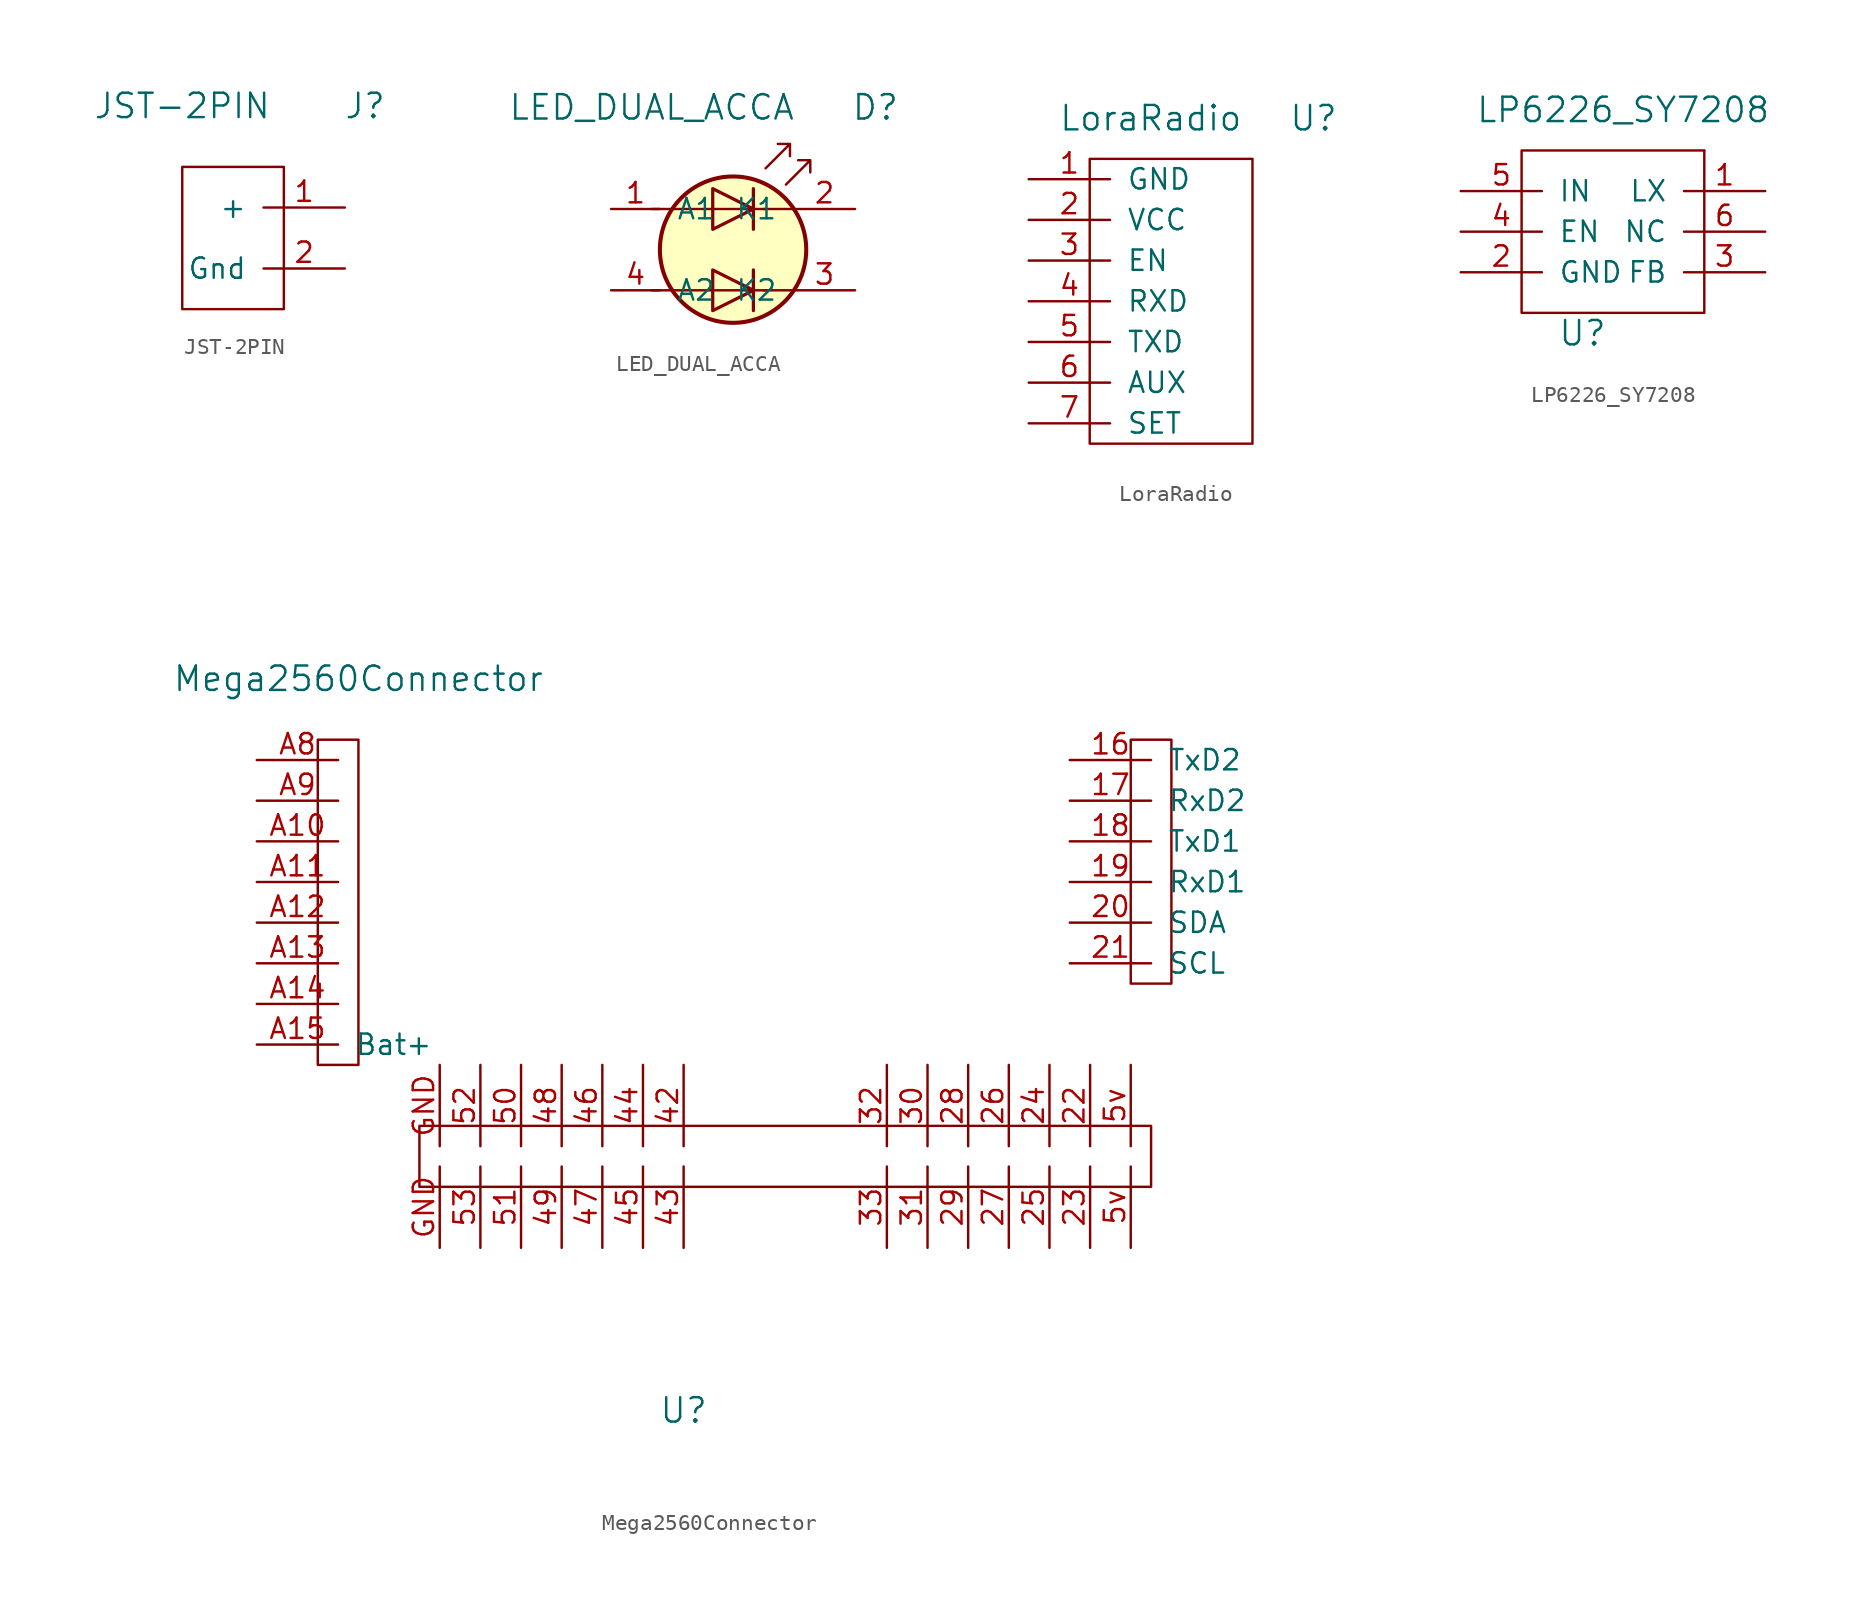
<source format=kicad_sym>
(kicad_symbol_lib
  (version 20211014)
  (generator kicad_symbol_editor)
  (symbol "JST-2PIN"
    (pin_names
      (offset 1.016))
    (property "Reference" "J"
      (at 7.62 8.89 0)
      (effects (font (size 1.524 1.524))))
    (property "Value" "JST-2PIN"
      (at -3.81 8.89 0)
      (effects (font (size 1.524 1.524))))
    (property "Footprint" ""
      (at 0.635 0 0)
      (effects (font (size 1.524 1.524))))
    (property "Datasheet" ""
      (at 0.635 0 0)
      (effects (font (size 1.524 1.524))))
    (symbol "JST-2PIN_0_1"
      (rectangle (start 2.54 -3.81) (end -3.81 5.08) (stroke (width 0) (type default) (color 0 0 0 0)) (fill (type none))))
    (symbol "JST-2PIN_1_1"
      (pin power_out line (at 6.35 2.54 180) (length 5.08) (name "+" (effects (font (size 1.27 1.27)))) (number "1" (effects (font (size 1.27 1.27)))))
      (pin power_out line (at 6.35 -1.27 180) (length 5.08) (name "Gnd" (effects (font (size 1.27 1.27)))) (number "2" (effects (font (size 1.27 1.27)))))))
  (symbol "LED_DUAL_ACCA"
    (pin_names
      (offset 1.016))
    (property "Reference" "D"
      (at 8.89 8.89 0)
      (effects (font (size 1.524 1.524))))
    (property "Value" "LED_DUAL_ACCA"
      (at -5.08 8.89 0)
      (effects (font (size 1.524 1.524))))
    (symbol "LED_DUAL_ACCA_1_1"
      (polyline (pts (xy -5.08 -2.54) (xy 2.032 -2.54)) (stroke (width 0) (type default) (color 0 0 0 0)) (fill (type none)))
      (polyline (pts (xy -5.08 2.54) (xy 2.032 2.54)) (stroke (width 0) (type default) (color 0 0 0 0)) (fill (type none)))
      (polyline (pts (xy 1.27 -1.27) (xy 1.27 -3.81)) (stroke (width 0.203) (type default) (color 0 0 0 0)) (fill (type none)))
      (polyline (pts (xy 1.27 3.81) (xy 1.27 1.27)) (stroke (width 0.203) (type default) (color 0 0 0 0)) (fill (type none)))
      (polyline (pts (xy 3.81 -2.54) (xy 1.905 -2.54)) (stroke (width 0) (type default) (color 0 0 0 0)) (fill (type none)))
      (polyline (pts (xy 3.81 2.54) (xy 1.905 2.54)) (stroke (width 0) (type default) (color 0 0 0 0)) (fill (type none)))
      (polyline (pts (xy -1.27 -1.27) (xy -1.27 -3.81) (xy 1.27 -2.54) (xy -1.27 -1.27)) (stroke (width 0.203) (type default) (color 0 0 0 0)) (fill (type none)))
      (polyline (pts (xy -1.27 3.81) (xy -1.27 1.27) (xy 1.27 2.54) (xy -1.27 3.81)) (stroke (width 0.203) (type default) (color 0 0 0 0)) (fill (type none)))
      (polyline (pts (xy 2.032 5.08) (xy 3.556 6.604) (xy 2.794 6.604) (xy 3.556 6.604) (xy 3.556 5.842)) (stroke (width 0) (type default) (color 0 0 0 0)) (fill (type none)))
      (polyline (pts (xy 3.302 4.064) (xy 4.826 5.588) (xy 4.064 5.588) (xy 4.826 5.588) (xy 4.826 4.826)) (stroke (width 0) (type default) (color 0 0 0 0)) (fill (type none)))
      (circle (center 0 0) (radius 4.572) (stroke (width 0.254) (type default) (color 0 0 0 0)) (fill (type background)))
      (pin input line (at -7.62 2.54 0) (length 3.048) (name "A1" (effects (font (size 1.27 1.27)))) (number "1" (effects (font (size 1.27 1.27)))))
      (pin input line (at 7.62 2.54 180) (length 3.81) (name "K1" (effects (font (size 1.27 1.27)))) (number "2" (effects (font (size 1.27 1.27)))))
      (pin input line (at 7.62 -2.54 180) (length 3.81) (name "K2" (effects (font (size 1.27 1.27)))) (number "3" (effects (font (size 1.27 1.27)))))
      (pin input line (at -7.62 -2.54 0) (length 3.048) (name "A2" (effects (font (size 1.27 1.27)))) (number "4" (effects (font (size 1.27 1.27)))))))
  (symbol "LoraRadio"
    (pin_names
      (offset 1.016))
    (property "Reference" "U"
      (at 8.89 11.43 0)
      (effects (font (size 1.524 1.524))))
    (property "Value" "LoraRadio"
      (at -1.27 11.43 0)
      (effects (font (size 1.524 1.524))))
    (symbol "LoraRadio_0_1"
      (rectangle (start -5.08 8.89) (end 5.08 -8.89) (stroke (width 0) (type default) (color 0 0 0 0)) (fill (type none))))
    (symbol "LoraRadio_1_1"
      (pin power_in line (at -8.89 7.62 0) (length 5.08) (name "GND" (effects (font (size 1.27 1.27)))) (number "1" (effects (font (size 1.27 1.27)))))
      (pin power_in line (at -8.89 5.08 0) (length 5.08) (name "VCC" (effects (font (size 1.27 1.27)))) (number "2" (effects (font (size 1.27 1.27)))))
      (pin input line (at -8.89 2.54 0) (length 5.08) (name "EN" (effects (font (size 1.27 1.27)))) (number "3" (effects (font (size 1.27 1.27)))))
      (pin input line (at -8.89 0 0) (length 5.08) (name "RXD" (effects (font (size 1.27 1.27)))) (number "4" (effects (font (size 1.27 1.27)))))
      (pin output line (at -8.89 -2.54 0) (length 5.08) (name "TXD" (effects (font (size 1.27 1.27)))) (number "5" (effects (font (size 1.27 1.27)))))
      (pin output line (at -8.89 -5.08 0) (length 5.08) (name "AUX" (effects (font (size 1.27 1.27)))) (number "6" (effects (font (size 1.27 1.27)))))
      (pin input line (at -8.89 -7.62 0) (length 5.08) (name "SET" (effects (font (size 1.27 1.27)))) (number "7" (effects (font (size 1.27 1.27)))))))
  (symbol "LP6226_SY7208"
    (pin_names
      (offset 1.016))
    (property "Reference" "U"
      (at -2.54 -6.35 0)
      (effects (font (size 1.524 1.524))))
    (property "Value" "LP6226_SY7208"
      (at 0 7.62 0)
      (effects (font (size 1.524 1.524))))
    (symbol "LP6226_SY7208_0_1"
      (rectangle (start 5.08 5.08) (end -6.35 -5.08) (stroke (width 0) (type default) (color 0 0 0 0)) (fill (type none)))
      (rectangle (start 5.08 5.08) (end 5.08 5.08) (stroke (width 0) (type default) (color 0 0 0 0)) (fill (type none))))
    (symbol "LP6226_SY7208_1_1"
      (pin output line (at 8.89 2.54 180) (length 5.08) (name "LX" (effects (font (size 1.27 1.27)))) (number "1" (effects (font (size 1.27 1.27)))))
      (pin power_in line (at -10.16 -2.54 0) (length 5.08) (name "GND" (effects (font (size 1.27 1.27)))) (number "2" (effects (font (size 1.27 1.27)))))
      (pin output line (at 8.89 -2.54 180) (length 5.08) (name "FB" (effects (font (size 1.27 1.27)))) (number "3" (effects (font (size 1.27 1.27)))))
      (pin input line (at -10.16 0 0) (length 5.08) (name "EN" (effects (font (size 1.27 1.27)))) (number "4" (effects (font (size 1.27 1.27)))))
      (pin input line (at -10.16 2.54 0) (length 5.08) (name "IN" (effects (font (size 1.27 1.27)))) (number "5" (effects (font (size 1.27 1.27)))))
      (pin output line (at 8.89 0 180) (length 5.08) (name "NC" (effects (font (size 1.27 1.27)))) (number "6" (effects (font (size 1.27 1.27)))))))
  (symbol "Mega2560Connector"
    (pin_names
      (offset 1.016))
    (property "Reference" "U"
      (at 0 0 0)
      (effects (font (size 1.524 1.524))))
    (property "Value" "Mega2560Connector"
      (at -20.32 45.72 0)
      (effects (font (size 1.524 1.524))))
    (property "Footprint" ""
      (at 0 0 0)
      (effects (font (size 1.524 1.524))))
    (property "Datasheet" ""
      (at 0 0 0)
      (effects (font (size 1.524 1.524))))
    (symbol "Mega2560Connector_0_1"
      (rectangle (start -22.86 21.59) (end -20.32 41.91) (stroke (width 0) (type default) (color 0 0 0 0)) (fill (type none)))
      (rectangle (start -16.51 17.78) (end 29.21 13.97) (stroke (width 0) (type default) (color 0 0 0 0)) (fill (type none)))
      (rectangle (start 27.94 26.67) (end 30.48 41.91) (stroke (width 0) (type default) (color 0 0 0 0)) (fill (type none))))
    (symbol "Mega2560Connector_1_1"
      (pin input line (at 24.13 40.64 0) (length 5.08) (name "TxD2" (effects (font (size 1.27 1.27)))) (number "16" (effects (font (size 1.27 1.27)))))
      (pin input line (at 24.13 38.1 0) (length 5.08) (name "RxD2" (effects (font (size 1.27 1.27)))) (number "17" (effects (font (size 1.27 1.27)))))
      (pin output line (at 24.13 35.56 0) (length 5.08) (name "TxD1" (effects (font (size 1.27 1.27)))) (number "18" (effects (font (size 1.27 1.27)))))
      (pin input line (at 24.13 33.02 0) (length 5.08) (name "RxD1" (effects (font (size 1.27 1.27)))) (number "19" (effects (font (size 1.27 1.27)))))
      (pin input line (at 24.13 30.48 0) (length 5.08) (name "SDA" (effects (font (size 1.27 1.27)))) (number "20" (effects (font (size 1.27 1.27)))))
      (pin input line (at 24.13 27.94 0) (length 5.08) (name "SCL" (effects (font (size 1.27 1.27)))) (number "21" (effects (font (size 1.27 1.27)))))
      (pin input line (at 25.4 21.59 270) (length 5.08) (name "~" (effects (font (size 1.27 1.27)))) (number "22" (effects (font (size 1.27 1.27)))))
      (pin input line (at 25.4 10.16 90) (length 5.08) (name "~" (effects (font (size 1.27 1.27)))) (number "23" (effects (font (size 1.27 1.27)))))
      (pin input line (at 22.86 21.59 270) (length 5.08) (name "~" (effects (font (size 1.27 1.27)))) (number "24" (effects (font (size 1.27 1.27)))))
      (pin input line (at 22.86 10.16 90) (length 5.08) (name "~" (effects (font (size 1.27 1.27)))) (number "25" (effects (font (size 1.27 1.27)))))
      (pin input line (at 20.32 21.59 270) (length 5.08) (name "~" (effects (font (size 1.27 1.27)))) (number "26" (effects (font (size 1.27 1.27)))))
      (pin input line (at 20.32 10.16 90) (length 5.08) (name "~" (effects (font (size 1.27 1.27)))) (number "27" (effects (font (size 1.27 1.27)))))
      (pin input line (at 17.78 21.59 270) (length 5.08) (name "~" (effects (font (size 1.27 1.27)))) (number "28" (effects (font (size 1.27 1.27)))))
      (pin input line (at 17.78 10.16 90) (length 5.08) (name "~" (effects (font (size 1.27 1.27)))) (number "29" (effects (font (size 1.27 1.27)))))
      (pin input line (at 15.24 21.59 270) (length 5.08) (name "~" (effects (font (size 1.27 1.27)))) (number "30" (effects (font (size 1.27 1.27)))))
      (pin input line (at 15.24 10.16 90) (length 5.08) (name "~" (effects (font (size 1.27 1.27)))) (number "31" (effects (font (size 1.27 1.27)))))
      (pin input line (at 12.7 21.59 270) (length 5.08) (name "~" (effects (font (size 1.27 1.27)))) (number "32" (effects (font (size 1.27 1.27)))))
      (pin input line (at 12.7 10.16 90) (length 5.08) (name "~" (effects (font (size 1.27 1.27)))) (number "33" (effects (font (size 1.27 1.27)))))
      (pin input line (at 0 21.59 270) (length 5.08) (name "~" (effects (font (size 1.27 1.27)))) (number "42" (effects (font (size 1.27 1.27)))))
      (pin input line (at 0 10.16 90) (length 5.08) (name "~" (effects (font (size 1.27 1.27)))) (number "43" (effects (font (size 1.27 1.27)))))
      (pin input line (at -2.54 21.59 270) (length 5.08) (name "~" (effects (font (size 1.27 1.27)))) (number "44" (effects (font (size 1.27 1.27)))))
      (pin input line (at -2.54 10.16 90) (length 5.08) (name "~" (effects (font (size 1.27 1.27)))) (number "45" (effects (font (size 1.27 1.27)))))
      (pin input line (at -5.08 21.59 270) (length 5.08) (name "~" (effects (font (size 1.27 1.27)))) (number "46" (effects (font (size 1.27 1.27)))))
      (pin input line (at -5.08 10.16 90) (length 5.08) (name "~" (effects (font (size 1.27 1.27)))) (number "47" (effects (font (size 1.27 1.27)))))
      (pin input line (at -7.62 21.59 270) (length 5.08) (name "~" (effects (font (size 1.27 1.27)))) (number "48" (effects (font (size 1.27 1.27)))))
      (pin input line (at -7.62 10.16 90) (length 5.08) (name "~" (effects (font (size 1.27 1.27)))) (number "49" (effects (font (size 1.27 1.27)))))
      (pin input line (at -10.16 21.59 270) (length 5.08) (name "~" (effects (font (size 1.27 1.27)))) (number "50" (effects (font (size 1.27 1.27)))))
      (pin input line (at -10.16 10.16 90) (length 5.08) (name "~" (effects (font (size 1.27 1.27)))) (number "51" (effects (font (size 1.27 1.27)))))
      (pin input line (at -12.7 21.59 270) (length 5.08) (name "~" (effects (font (size 1.27 1.27)))) (number "52" (effects (font (size 1.27 1.27)))))
      (pin input line (at -12.7 10.16 90) (length 5.08) (name "~" (effects (font (size 1.27 1.27)))) (number "53" (effects (font (size 1.27 1.27)))))
      (pin input line (at 27.94 10.16 90) (length 5.08) (name "~" (effects (font (size 1.27 1.27)))) (number "5v" (effects (font (size 1.27 1.27)))))
      (pin input line (at 27.94 21.59 270) (length 5.08) (name "~" (effects (font (size 1.27 1.27)))) (number "5v" (effects (font (size 1.27 1.27)))))
      (pin input line (at -26.67 35.56 0) (length 5.08) (name "~" (effects (font (size 1.27 1.27)))) (number "A10" (effects (font (size 1.27 1.27)))))
      (pin input line (at -26.67 33.02 0) (length 5.08) (name "~" (effects (font (size 1.27 1.27)))) (number "A11" (effects (font (size 1.27 1.27)))))
      (pin input line (at -26.67 30.48 0) (length 5.08) (name "~" (effects (font (size 1.27 1.27)))) (number "A12" (effects (font (size 1.27 1.27)))))
      (pin input line (at -26.67 27.94 0) (length 5.08) (name "~" (effects (font (size 1.27 1.27)))) (number "A13" (effects (font (size 1.27 1.27)))))
      (pin input line (at -26.67 25.4 0) (length 5.08) (name "~" (effects (font (size 1.27 1.27)))) (number "A14" (effects (font (size 1.27 1.27)))))
      (pin input line (at -26.67 22.86 0) (length 5.08) (name "Bat+" (effects (font (size 1.27 1.27)))) (number "A15" (effects (font (size 1.27 1.27)))))
      (pin input line (at -26.67 40.64 0) (length 5.08) (name "~" (effects (font (size 1.27 1.27)))) (number "A8" (effects (font (size 1.27 1.27)))))
      (pin input line (at -26.67 38.1 0) (length 5.08) (name "~" (effects (font (size 1.27 1.27)))) (number "A9" (effects (font (size 1.27 1.27)))))
      (pin input line (at -15.24 10.16 90) (length 5.08) (name "~" (effects (font (size 1.27 1.27)))) (number "GND" (effects (font (size 1.27 1.27)))))
      (pin input line (at -15.24 21.59 270) (length 5.08) (name "~" (effects (font (size 1.27 1.27)))) (number "GND" (effects (font (size 1.27 1.27))))))))
</source>
